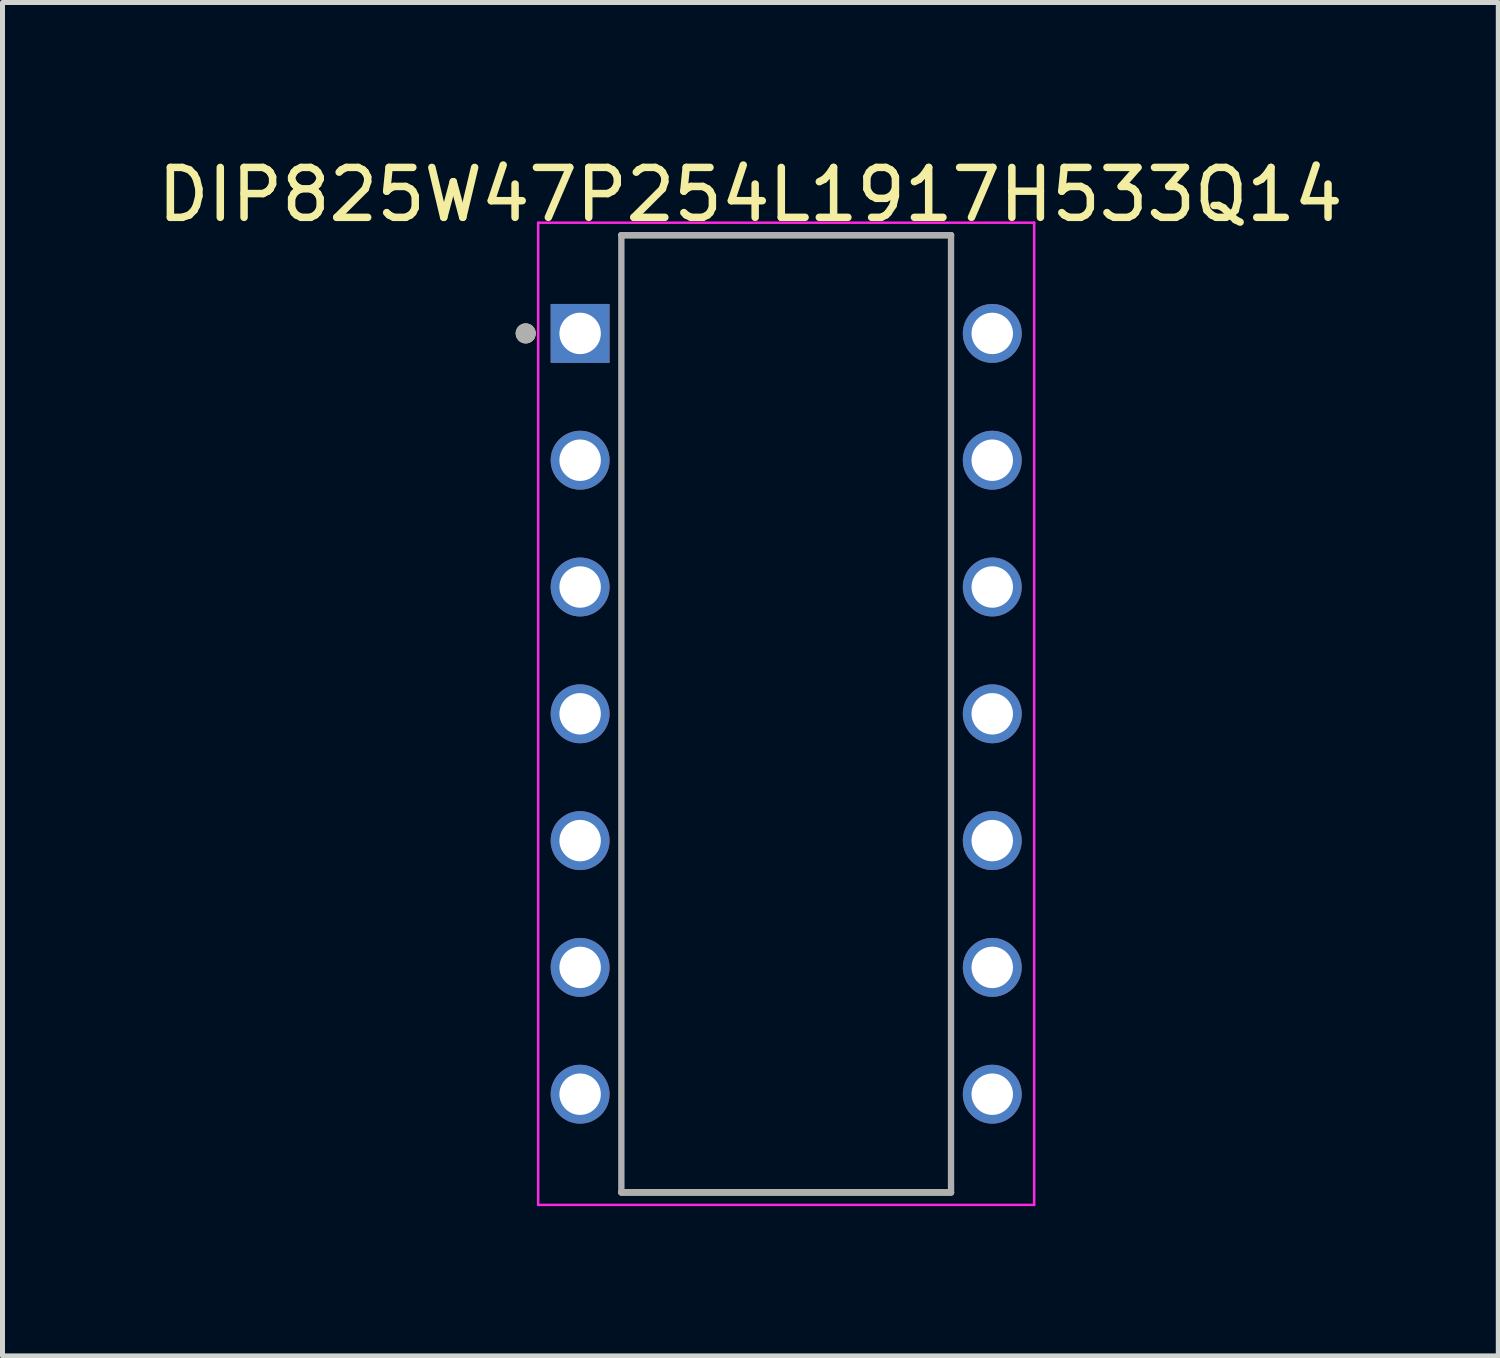
<source format=kicad_pcb>
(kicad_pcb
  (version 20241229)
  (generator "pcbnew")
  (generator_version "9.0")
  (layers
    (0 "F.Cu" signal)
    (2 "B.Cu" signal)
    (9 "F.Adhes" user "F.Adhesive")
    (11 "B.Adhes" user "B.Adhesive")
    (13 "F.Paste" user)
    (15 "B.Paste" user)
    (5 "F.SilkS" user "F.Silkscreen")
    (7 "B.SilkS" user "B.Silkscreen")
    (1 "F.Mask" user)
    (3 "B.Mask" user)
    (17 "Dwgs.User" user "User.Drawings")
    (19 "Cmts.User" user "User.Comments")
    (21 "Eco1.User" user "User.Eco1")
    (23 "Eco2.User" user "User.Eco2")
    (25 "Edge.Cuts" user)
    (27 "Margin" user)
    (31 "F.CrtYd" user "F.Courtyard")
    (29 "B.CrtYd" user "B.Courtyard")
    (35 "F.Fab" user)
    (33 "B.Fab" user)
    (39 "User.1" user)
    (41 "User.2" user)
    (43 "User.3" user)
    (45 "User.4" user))
  (footprint "DIP825W47P254L1917H533Q14"
    (layer "F.Cu")
    (at 12.699 11.249)
    (property "Reference" "DIP825W47P254L1917H533Q14" (at -0.717 -10.4 0) (layer "F.SilkS") (effects (font (size 1 1) (thickness 0.15))))
    (attr through_hole)
    (fp_line (start -3.302 -9.588) (end 3.302 -9.588) (stroke (width 0.127) (type solid)) (layer "F.SilkS"))
    (fp_line (start -3.302 9.588) (end 3.302 9.588) (stroke (width 0.127) (type solid)) (layer "F.SilkS"))
    (fp_circle (center -5.218 -7.62) (end -5.117 -7.62) (stroke (width 0.2) (type solid)) (fill no) (layer "F.SilkS"))
    (fp_line (start -4.968 -9.838) (end -4.968 9.838) (stroke (width 0.05) (type solid)) (layer "F.CrtYd"))
    (fp_line (start 4.968 -9.838) (end -4.968 -9.838) (stroke (width 0.05) (type solid)) (layer "F.CrtYd"))
    (fp_line (start 4.968 -9.838) (end 4.968 9.838) (stroke (width 0.05) (type solid)) (layer "F.CrtYd"))
    (fp_line (start 4.968 9.838) (end -4.968 9.838) (stroke (width 0.05) (type solid)) (layer "F.CrtYd"))
    (fp_line (start -3.302 -9.588) (end -3.302 9.588) (stroke (width 0.127) (type solid)) (layer "F.Fab"))
    (fp_line (start -3.302 -9.588) (end 3.302 -9.588) (stroke (width 0.127) (type solid)) (layer "F.Fab"))
    (fp_line (start -3.302 9.588) (end 3.302 9.588) (stroke (width 0.127) (type solid)) (layer "F.Fab"))
    (fp_line (start 3.302 -9.588) (end 3.302 9.588) (stroke (width 0.127) (type solid)) (layer "F.Fab"))
    (fp_circle (center -5.218 -7.62) (end -5.117 -7.62) (stroke (width 0.2) (type solid)) (fill no) (layer "F.Fab"))
    (pad "1" thru_hole rect (at -4.128 -7.62) (size 1.18 1.18) (drill 0.83) (layers "*.Cu" "*.Mask"))
    (pad "2" thru_hole circle (at -4.128 -5.08) (size 1.18 1.18) (drill 0.83) (layers "*.Cu" "*.Mask"))
    (pad "3" thru_hole circle (at -4.128 -2.54) (size 1.18 1.18) (drill 0.83) (layers "*.Cu" "*.Mask"))
    (pad "4" thru_hole circle (at -4.128 0) (size 1.18 1.18) (drill 0.83) (layers "*.Cu" "*.Mask"))
    (pad "5" thru_hole circle (at -4.128 2.54) (size 1.18 1.18) (drill 0.83) (layers "*.Cu" "*.Mask"))
    (pad "6" thru_hole circle (at -4.128 5.08) (size 1.18 1.18) (drill 0.83) (layers "*.Cu" "*.Mask"))
    (pad "7" thru_hole circle (at -4.128 7.62) (size 1.18 1.18) (drill 0.83) (layers "*.Cu" "*.Mask"))
    (pad "8" thru_hole circle (at 4.128 7.62) (size 1.18 1.18) (drill 0.83) (layers "*.Cu" "*.Mask"))
    (pad "9" thru_hole circle (at 4.128 5.08) (size 1.18 1.18) (drill 0.83) (layers "*.Cu" "*.Mask"))
    (pad "10" thru_hole circle (at 4.128 2.54) (size 1.18 1.18) (drill 0.83) (layers "*.Cu" "*.Mask"))
    (pad "11" thru_hole circle (at 4.128 0) (size 1.18 1.18) (drill 0.83) (layers "*.Cu" "*.Mask"))
    (pad "12" thru_hole circle (at 4.128 -2.54) (size 1.18 1.18) (drill 0.83) (layers "*.Cu" "*.Mask"))
    (pad "13" thru_hole circle (at 4.128 -5.08) (size 1.18 1.18) (drill 0.83) (layers "*.Cu" "*.Mask"))
    (pad "14" thru_hole circle (at 4.128 -7.62) (size 1.18 1.18) (drill 0.83) (layers "*.Cu" "*.Mask")))
  (gr_rect
    (start -3 -3)
    (end 26.964 24.112)
    (stroke (width 0.1) (type default))
    (fill no)
    (layer "Edge.Cuts")))
</source>
